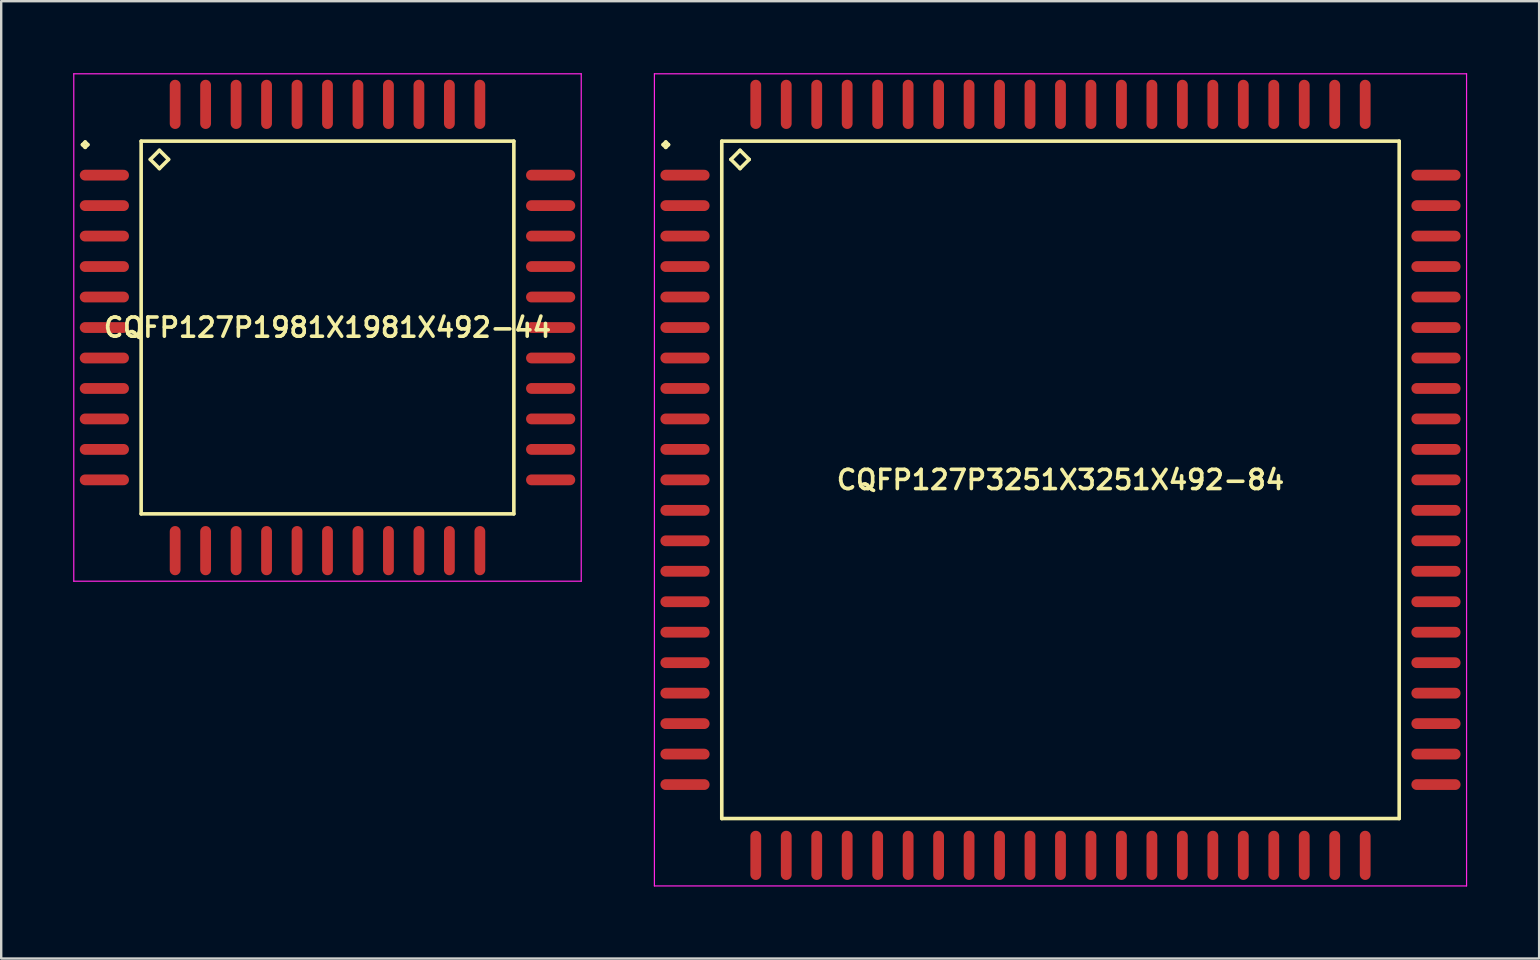
<source format=kicad_pcb>
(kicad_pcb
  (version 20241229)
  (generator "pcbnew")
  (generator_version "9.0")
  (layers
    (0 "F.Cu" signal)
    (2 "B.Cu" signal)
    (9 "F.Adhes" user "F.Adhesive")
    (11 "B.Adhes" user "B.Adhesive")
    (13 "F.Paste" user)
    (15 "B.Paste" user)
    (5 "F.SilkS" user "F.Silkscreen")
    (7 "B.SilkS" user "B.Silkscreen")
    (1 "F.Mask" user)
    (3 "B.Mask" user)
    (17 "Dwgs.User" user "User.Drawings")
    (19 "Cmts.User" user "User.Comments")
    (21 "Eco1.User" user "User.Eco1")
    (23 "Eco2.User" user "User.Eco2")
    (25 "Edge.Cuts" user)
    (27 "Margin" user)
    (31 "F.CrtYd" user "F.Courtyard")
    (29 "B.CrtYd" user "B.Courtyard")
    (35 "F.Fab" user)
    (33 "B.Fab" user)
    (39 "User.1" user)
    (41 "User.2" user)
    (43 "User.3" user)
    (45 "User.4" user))
  (footprint "CQFP127P1981X1981X492-44"
    (layer "F.Cu")
    (at 10.6 10.6)
    (property "Reference" "CQFP127P1981X1981X492-44" (at 0 0 0) (layer "F.SilkS") (effects (font (size 0.8 0.8) (thickness 0.15))))
    (attr smd)
    (fp_line (start -10.213 -7.62) (end -10.1 -7.732) (stroke (width 0.15) (type solid)) (layer "F.SilkS"))
    (fp_line (start -10.1 -7.732) (end -9.988 -7.62) (stroke (width 0.15) (type solid)) (layer "F.SilkS"))
    (fp_line (start -10.1 -7.508) (end -10.213 -7.62) (stroke (width 0.15) (type solid)) (layer "F.SilkS"))
    (fp_line (start -9.988 -7.62) (end -10.1 -7.508) (stroke (width 0.15) (type solid)) (layer "F.SilkS"))
    (fp_line (start -7.767 -7.767) (end -7.767 7.767) (stroke (width 0.15) (type solid)) (layer "F.SilkS"))
    (fp_line (start -7.767 7.767) (end 7.767 7.767) (stroke (width 0.15) (type solid)) (layer "F.SilkS"))
    (fp_line (start -7.386 -7.005) (end -7.005 -7.386) (stroke (width 0.15) (type solid)) (layer "F.SilkS"))
    (fp_line (start -7.005 -7.386) (end -6.624 -7.005) (stroke (width 0.15) (type solid)) (layer "F.SilkS"))
    (fp_line (start -7.005 -6.624) (end -7.386 -7.005) (stroke (width 0.15) (type solid)) (layer "F.SilkS"))
    (fp_line (start -6.624 -7.005) (end -7.005 -6.624) (stroke (width 0.15) (type solid)) (layer "F.SilkS"))
    (fp_line (start 7.767 -7.767) (end -7.767 -7.767) (stroke (width 0.15) (type solid)) (layer "F.SilkS"))
    (fp_line (start 7.767 7.767) (end 7.767 -7.767) (stroke (width 0.15) (type solid)) (layer "F.SilkS"))
    (fp_line (start -10.575 -10.575) (end 10.575 -10.575) (stroke (width 0.05) (type solid)) (layer "F.CrtYd"))
    (fp_line (start -10.575 10.575) (end -10.575 -10.575) (stroke (width 0.05) (type solid)) (layer "F.CrtYd"))
    (fp_line (start 10.575 -10.575) (end 10.575 10.575) (stroke (width 0.05) (type solid)) (layer "F.CrtYd"))
    (fp_line (start 10.575 10.575) (end -10.575 10.575) (stroke (width 0.05) (type solid)) (layer "F.CrtYd"))
    (pad "1" smd oval (at -9.3 -6.35) (size 2.05 0.45) (layers "F.Cu" "F.Mask" "F.Paste"))
    (pad "2" smd oval (at -9.3 -5.08) (size 2.05 0.45) (layers "F.Cu" "F.Mask" "F.Paste"))
    (pad "3" smd oval (at -9.3 -3.81) (size 2.05 0.45) (layers "F.Cu" "F.Mask" "F.Paste"))
    (pad "4" smd oval (at -9.3 -2.54) (size 2.05 0.45) (layers "F.Cu" "F.Mask" "F.Paste"))
    (pad "5" smd oval (at -9.3 -1.27) (size 2.05 0.45) (layers "F.Cu" "F.Mask" "F.Paste"))
    (pad "6" smd oval (at -9.3 0) (size 2.05 0.45) (layers "F.Cu" "F.Mask" "F.Paste"))
    (pad "7" smd oval (at -9.3 1.27) (size 2.05 0.45) (layers "F.Cu" "F.Mask" "F.Paste"))
    (pad "8" smd oval (at -9.3 2.54) (size 2.05 0.45) (layers "F.Cu" "F.Mask" "F.Paste"))
    (pad "9" smd oval (at -9.3 3.81) (size 2.05 0.45) (layers "F.Cu" "F.Mask" "F.Paste"))
    (pad "10" smd oval (at -9.3 5.08) (size 2.05 0.45) (layers "F.Cu" "F.Mask" "F.Paste"))
    (pad "11" smd oval (at -9.3 6.35) (size 2.05 0.45) (layers "F.Cu" "F.Mask" "F.Paste"))
    (pad "12" smd oval (at -6.35 9.3) (size 0.45 2.05) (layers "F.Cu" "F.Mask" "F.Paste"))
    (pad "13" smd oval (at -5.08 9.3) (size 0.45 2.05) (layers "F.Cu" "F.Mask" "F.Paste"))
    (pad "14" smd oval (at -3.81 9.3) (size 0.45 2.05) (layers "F.Cu" "F.Mask" "F.Paste"))
    (pad "15" smd oval (at -2.54 9.3) (size 0.45 2.05) (layers "F.Cu" "F.Mask" "F.Paste"))
    (pad "16" smd oval (at -1.27 9.3) (size 0.45 2.05) (layers "F.Cu" "F.Mask" "F.Paste"))
    (pad "17" smd oval (at 0 9.3) (size 0.45 2.05) (layers "F.Cu" "F.Mask" "F.Paste"))
    (pad "18" smd oval (at 1.27 9.3) (size 0.45 2.05) (layers "F.Cu" "F.Mask" "F.Paste"))
    (pad "19" smd oval (at 2.54 9.3) (size 0.45 2.05) (layers "F.Cu" "F.Mask" "F.Paste"))
    (pad "20" smd oval (at 3.81 9.3) (size 0.45 2.05) (layers "F.Cu" "F.Mask" "F.Paste"))
    (pad "21" smd oval (at 5.08 9.3) (size 0.45 2.05) (layers "F.Cu" "F.Mask" "F.Paste"))
    (pad "22" smd oval (at 6.35 9.3) (size 0.45 2.05) (layers "F.Cu" "F.Mask" "F.Paste"))
    (pad "23" smd oval (at 9.3 6.35) (size 2.05 0.45) (layers "F.Cu" "F.Mask" "F.Paste"))
    (pad "24" smd oval (at 9.3 5.08) (size 2.05 0.45) (layers "F.Cu" "F.Mask" "F.Paste"))
    (pad "25" smd oval (at 9.3 3.81) (size 2.05 0.45) (layers "F.Cu" "F.Mask" "F.Paste"))
    (pad "26" smd oval (at 9.3 2.54) (size 2.05 0.45) (layers "F.Cu" "F.Mask" "F.Paste"))
    (pad "27" smd oval (at 9.3 1.27) (size 2.05 0.45) (layers "F.Cu" "F.Mask" "F.Paste"))
    (pad "28" smd oval (at 9.3 0) (size 2.05 0.45) (layers "F.Cu" "F.Mask" "F.Paste"))
    (pad "29" smd oval (at 9.3 -1.27) (size 2.05 0.45) (layers "F.Cu" "F.Mask" "F.Paste"))
    (pad "30" smd oval (at 9.3 -2.54) (size 2.05 0.45) (layers "F.Cu" "F.Mask" "F.Paste"))
    (pad "31" smd oval (at 9.3 -3.81) (size 2.05 0.45) (layers "F.Cu" "F.Mask" "F.Paste"))
    (pad "32" smd oval (at 9.3 -5.08) (size 2.05 0.45) (layers "F.Cu" "F.Mask" "F.Paste"))
    (pad "33" smd oval (at 9.3 -6.35) (size 2.05 0.45) (layers "F.Cu" "F.Mask" "F.Paste"))
    (pad "34" smd oval (at 6.35 -9.3) (size 0.45 2.05) (layers "F.Cu" "F.Mask" "F.Paste"))
    (pad "35" smd oval (at 5.08 -9.3) (size 0.45 2.05) (layers "F.Cu" "F.Mask" "F.Paste"))
    (pad "36" smd oval (at 3.81 -9.3) (size 0.45 2.05) (layers "F.Cu" "F.Mask" "F.Paste"))
    (pad "37" smd oval (at 2.54 -9.3) (size 0.45 2.05) (layers "F.Cu" "F.Mask" "F.Paste"))
    (pad "38" smd oval (at 1.27 -9.3) (size 0.45 2.05) (layers "F.Cu" "F.Mask" "F.Paste"))
    (pad "39" smd oval (at 0 -9.3) (size 0.45 2.05) (layers "F.Cu" "F.Mask" "F.Paste"))
    (pad "40" smd oval (at -1.27 -9.3) (size 0.45 2.05) (layers "F.Cu" "F.Mask" "F.Paste"))
    (pad "41" smd oval (at -2.54 -9.3) (size 0.45 2.05) (layers "F.Cu" "F.Mask" "F.Paste"))
    (pad "42" smd oval (at -3.81 -9.3) (size 0.45 2.05) (layers "F.Cu" "F.Mask" "F.Paste"))
    (pad "43" smd oval (at -5.08 -9.3) (size 0.45 2.05) (layers "F.Cu" "F.Mask" "F.Paste"))
    (pad "44" smd oval (at -6.35 -9.3) (size 0.45 2.05) (layers "F.Cu" "F.Mask" "F.Paste")))
  (footprint "CQFP127P3251X3251X492-84"
    (layer "F.Cu")
    (at 41.15 16.95)
    (property "Reference" "CQFP127P3251X3251X492-84" (at 0 0 0) (layer "F.SilkS") (effects (font (size 0.8 0.8) (thickness 0.15))))
    (attr smd)
    (fp_line (start -16.562 -13.97) (end -16.45 -14.082) (stroke (width 0.15) (type solid)) (layer "F.SilkS"))
    (fp_line (start -16.45 -14.082) (end -16.337 -13.97) (stroke (width 0.15) (type solid)) (layer "F.SilkS"))
    (fp_line (start -16.45 -13.857) (end -16.562 -13.97) (stroke (width 0.15) (type solid)) (layer "F.SilkS"))
    (fp_line (start -16.337 -13.97) (end -16.45 -13.857) (stroke (width 0.15) (type solid)) (layer "F.SilkS"))
    (fp_line (start -14.117 -14.117) (end -14.117 14.117) (stroke (width 0.15) (type solid)) (layer "F.SilkS"))
    (fp_line (start -14.117 14.117) (end 14.117 14.117) (stroke (width 0.15) (type solid)) (layer "F.SilkS"))
    (fp_line (start -13.736 -13.355) (end -13.355 -13.736) (stroke (width 0.15) (type solid)) (layer "F.SilkS"))
    (fp_line (start -13.355 -13.736) (end -12.974 -13.355) (stroke (width 0.15) (type solid)) (layer "F.SilkS"))
    (fp_line (start -13.355 -12.974) (end -13.736 -13.355) (stroke (width 0.15) (type solid)) (layer "F.SilkS"))
    (fp_line (start -12.974 -13.355) (end -13.355 -12.974) (stroke (width 0.15) (type solid)) (layer "F.SilkS"))
    (fp_line (start 14.117 -14.117) (end -14.117 -14.117) (stroke (width 0.15) (type solid)) (layer "F.SilkS"))
    (fp_line (start 14.117 14.117) (end 14.117 -14.117) (stroke (width 0.15) (type solid)) (layer "F.SilkS"))
    (fp_line (start -16.925 -16.925) (end 16.925 -16.925) (stroke (width 0.05) (type solid)) (layer "F.CrtYd"))
    (fp_line (start -16.925 16.925) (end -16.925 -16.925) (stroke (width 0.05) (type solid)) (layer "F.CrtYd"))
    (fp_line (start 16.925 -16.925) (end 16.925 16.925) (stroke (width 0.05) (type solid)) (layer "F.CrtYd"))
    (fp_line (start 16.925 16.925) (end -16.925 16.925) (stroke (width 0.05) (type solid)) (layer "F.CrtYd"))
    (pad "1" smd oval (at -15.65 -12.7) (size 2.05 0.45) (layers "F.Cu" "F.Mask" "F.Paste"))
    (pad "2" smd oval (at -15.65 -11.43) (size 2.05 0.45) (layers "F.Cu" "F.Mask" "F.Paste"))
    (pad "3" smd oval (at -15.65 -10.16) (size 2.05 0.45) (layers "F.Cu" "F.Mask" "F.Paste"))
    (pad "4" smd oval (at -15.65 -8.89) (size 2.05 0.45) (layers "F.Cu" "F.Mask" "F.Paste"))
    (pad "5" smd oval (at -15.65 -7.62) (size 2.05 0.45) (layers "F.Cu" "F.Mask" "F.Paste"))
    (pad "6" smd oval (at -15.65 -6.35) (size 2.05 0.45) (layers "F.Cu" "F.Mask" "F.Paste"))
    (pad "7" smd oval (at -15.65 -5.08) (size 2.05 0.45) (layers "F.Cu" "F.Mask" "F.Paste"))
    (pad "8" smd oval (at -15.65 -3.81) (size 2.05 0.45) (layers "F.Cu" "F.Mask" "F.Paste"))
    (pad "9" smd oval (at -15.65 -2.54) (size 2.05 0.45) (layers "F.Cu" "F.Mask" "F.Paste"))
    (pad "10" smd oval (at -15.65 -1.27) (size 2.05 0.45) (layers "F.Cu" "F.Mask" "F.Paste"))
    (pad "11" smd oval (at -15.65 0) (size 2.05 0.45) (layers "F.Cu" "F.Mask" "F.Paste"))
    (pad "12" smd oval (at -15.65 1.27) (size 2.05 0.45) (layers "F.Cu" "F.Mask" "F.Paste"))
    (pad "13" smd oval (at -15.65 2.54) (size 2.05 0.45) (layers "F.Cu" "F.Mask" "F.Paste"))
    (pad "14" smd oval (at -15.65 3.81) (size 2.05 0.45) (layers "F.Cu" "F.Mask" "F.Paste"))
    (pad "15" smd oval (at -15.65 5.08) (size 2.05 0.45) (layers "F.Cu" "F.Mask" "F.Paste"))
    (pad "16" smd oval (at -15.65 6.35) (size 2.05 0.45) (layers "F.Cu" "F.Mask" "F.Paste"))
    (pad "17" smd oval (at -15.65 7.62) (size 2.05 0.45) (layers "F.Cu" "F.Mask" "F.Paste"))
    (pad "18" smd oval (at -15.65 8.89) (size 2.05 0.45) (layers "F.Cu" "F.Mask" "F.Paste"))
    (pad "19" smd oval (at -15.65 10.16) (size 2.05 0.45) (layers "F.Cu" "F.Mask" "F.Paste"))
    (pad "20" smd oval (at -15.65 11.43) (size 2.05 0.45) (layers "F.Cu" "F.Mask" "F.Paste"))
    (pad "21" smd oval (at -15.65 12.7) (size 2.05 0.45) (layers "F.Cu" "F.Mask" "F.Paste"))
    (pad "22" smd oval (at -12.7 15.65) (size 0.45 2.05) (layers "F.Cu" "F.Mask" "F.Paste"))
    (pad "23" smd oval (at -11.43 15.65) (size 0.45 2.05) (layers "F.Cu" "F.Mask" "F.Paste"))
    (pad "24" smd oval (at -10.16 15.65) (size 0.45 2.05) (layers "F.Cu" "F.Mask" "F.Paste"))
    (pad "25" smd oval (at -8.89 15.65) (size 0.45 2.05) (layers "F.Cu" "F.Mask" "F.Paste"))
    (pad "26" smd oval (at -7.62 15.65) (size 0.45 2.05) (layers "F.Cu" "F.Mask" "F.Paste"))
    (pad "27" smd oval (at -6.35 15.65) (size 0.45 2.05) (layers "F.Cu" "F.Mask" "F.Paste"))
    (pad "28" smd oval (at -5.08 15.65) (size 0.45 2.05) (layers "F.Cu" "F.Mask" "F.Paste"))
    (pad "29" smd oval (at -3.81 15.65) (size 0.45 2.05) (layers "F.Cu" "F.Mask" "F.Paste"))
    (pad "30" smd oval (at -2.54 15.65) (size 0.45 2.05) (layers "F.Cu" "F.Mask" "F.Paste"))
    (pad "31" smd oval (at -1.27 15.65) (size 0.45 2.05) (layers "F.Cu" "F.Mask" "F.Paste"))
    (pad "32" smd oval (at 0 15.65) (size 0.45 2.05) (layers "F.Cu" "F.Mask" "F.Paste"))
    (pad "33" smd oval (at 1.27 15.65) (size 0.45 2.05) (layers "F.Cu" "F.Mask" "F.Paste"))
    (pad "34" smd oval (at 2.54 15.65) (size 0.45 2.05) (layers "F.Cu" "F.Mask" "F.Paste"))
    (pad "35" smd oval (at 3.81 15.65) (size 0.45 2.05) (layers "F.Cu" "F.Mask" "F.Paste"))
    (pad "36" smd oval (at 5.08 15.65) (size 0.45 2.05) (layers "F.Cu" "F.Mask" "F.Paste"))
    (pad "37" smd oval (at 6.35 15.65) (size 0.45 2.05) (layers "F.Cu" "F.Mask" "F.Paste"))
    (pad "38" smd oval (at 7.62 15.65) (size 0.45 2.05) (layers "F.Cu" "F.Mask" "F.Paste"))
    (pad "39" smd oval (at 8.89 15.65) (size 0.45 2.05) (layers "F.Cu" "F.Mask" "F.Paste"))
    (pad "40" smd oval (at 10.16 15.65) (size 0.45 2.05) (layers "F.Cu" "F.Mask" "F.Paste"))
    (pad "41" smd oval (at 11.43 15.65) (size 0.45 2.05) (layers "F.Cu" "F.Mask" "F.Paste"))
    (pad "42" smd oval (at 12.7 15.65) (size 0.45 2.05) (layers "F.Cu" "F.Mask" "F.Paste"))
    (pad "43" smd oval (at 15.65 12.7) (size 2.05 0.45) (layers "F.Cu" "F.Mask" "F.Paste"))
    (pad "44" smd oval (at 15.65 11.43) (size 2.05 0.45) (layers "F.Cu" "F.Mask" "F.Paste"))
    (pad "45" smd oval (at 15.65 10.16) (size 2.05 0.45) (layers "F.Cu" "F.Mask" "F.Paste"))
    (pad "46" smd oval (at 15.65 8.89) (size 2.05 0.45) (layers "F.Cu" "F.Mask" "F.Paste"))
    (pad "47" smd oval (at 15.65 7.62) (size 2.05 0.45) (layers "F.Cu" "F.Mask" "F.Paste"))
    (pad "48" smd oval (at 15.65 6.35) (size 2.05 0.45) (layers "F.Cu" "F.Mask" "F.Paste"))
    (pad "49" smd oval (at 15.65 5.08) (size 2.05 0.45) (layers "F.Cu" "F.Mask" "F.Paste"))
    (pad "50" smd oval (at 15.65 3.81) (size 2.05 0.45) (layers "F.Cu" "F.Mask" "F.Paste"))
    (pad "51" smd oval (at 15.65 2.54) (size 2.05 0.45) (layers "F.Cu" "F.Mask" "F.Paste"))
    (pad "52" smd oval (at 15.65 1.27) (size 2.05 0.45) (layers "F.Cu" "F.Mask" "F.Paste"))
    (pad "53" smd oval (at 15.65 0) (size 2.05 0.45) (layers "F.Cu" "F.Mask" "F.Paste"))
    (pad "54" smd oval (at 15.65 -1.27) (size 2.05 0.45) (layers "F.Cu" "F.Mask" "F.Paste"))
    (pad "55" smd oval (at 15.65 -2.54) (size 2.05 0.45) (layers "F.Cu" "F.Mask" "F.Paste"))
    (pad "56" smd oval (at 15.65 -3.81) (size 2.05 0.45) (layers "F.Cu" "F.Mask" "F.Paste"))
    (pad "57" smd oval (at 15.65 -5.08) (size 2.05 0.45) (layers "F.Cu" "F.Mask" "F.Paste"))
    (pad "58" smd oval (at 15.65 -6.35) (size 2.05 0.45) (layers "F.Cu" "F.Mask" "F.Paste"))
    (pad "59" smd oval (at 15.65 -7.62) (size 2.05 0.45) (layers "F.Cu" "F.Mask" "F.Paste"))
    (pad "60" smd oval (at 15.65 -8.89) (size 2.05 0.45) (layers "F.Cu" "F.Mask" "F.Paste"))
    (pad "61" smd oval (at 15.65 -10.16) (size 2.05 0.45) (layers "F.Cu" "F.Mask" "F.Paste"))
    (pad "62" smd oval (at 15.65 -11.43) (size 2.05 0.45) (layers "F.Cu" "F.Mask" "F.Paste"))
    (pad "63" smd oval (at 15.65 -12.7) (size 2.05 0.45) (layers "F.Cu" "F.Mask" "F.Paste"))
    (pad "64" smd oval (at 12.7 -15.65) (size 0.45 2.05) (layers "F.Cu" "F.Mask" "F.Paste"))
    (pad "65" smd oval (at 11.43 -15.65) (size 0.45 2.05) (layers "F.Cu" "F.Mask" "F.Paste"))
    (pad "66" smd oval (at 10.16 -15.65) (size 0.45 2.05) (layers "F.Cu" "F.Mask" "F.Paste"))
    (pad "67" smd oval (at 8.89 -15.65) (size 0.45 2.05) (layers "F.Cu" "F.Mask" "F.Paste"))
    (pad "68" smd oval (at 7.62 -15.65) (size 0.45 2.05) (layers "F.Cu" "F.Mask" "F.Paste"))
    (pad "69" smd oval (at 6.35 -15.65) (size 0.45 2.05) (layers "F.Cu" "F.Mask" "F.Paste"))
    (pad "70" smd oval (at 5.08 -15.65) (size 0.45 2.05) (layers "F.Cu" "F.Mask" "F.Paste"))
    (pad "71" smd oval (at 3.81 -15.65) (size 0.45 2.05) (layers "F.Cu" "F.Mask" "F.Paste"))
    (pad "72" smd oval (at 2.54 -15.65) (size 0.45 2.05) (layers "F.Cu" "F.Mask" "F.Paste"))
    (pad "73" smd oval (at 1.27 -15.65) (size 0.45 2.05) (layers "F.Cu" "F.Mask" "F.Paste"))
    (pad "74" smd oval (at 0 -15.65) (size 0.45 2.05) (layers "F.Cu" "F.Mask" "F.Paste"))
    (pad "75" smd oval (at -1.27 -15.65) (size 0.45 2.05) (layers "F.Cu" "F.Mask" "F.Paste"))
    (pad "76" smd oval (at -2.54 -15.65) (size 0.45 2.05) (layers "F.Cu" "F.Mask" "F.Paste"))
    (pad "77" smd oval (at -3.81 -15.65) (size 0.45 2.05) (layers "F.Cu" "F.Mask" "F.Paste"))
    (pad "78" smd oval (at -5.08 -15.65) (size 0.45 2.05) (layers "F.Cu" "F.Mask" "F.Paste"))
    (pad "79" smd oval (at -6.35 -15.65) (size 0.45 2.05) (layers "F.Cu" "F.Mask" "F.Paste"))
    (pad "80" smd oval (at -7.62 -15.65) (size 0.45 2.05) (layers "F.Cu" "F.Mask" "F.Paste"))
    (pad "81" smd oval (at -8.89 -15.65) (size 0.45 2.05) (layers "F.Cu" "F.Mask" "F.Paste"))
    (pad "82" smd oval (at -10.16 -15.65) (size 0.45 2.05) (layers "F.Cu" "F.Mask" "F.Paste"))
    (pad "83" smd oval (at -11.43 -15.65) (size 0.45 2.05) (layers "F.Cu" "F.Mask" "F.Paste"))
    (pad "84" smd oval (at -12.7 -15.65) (size 0.45 2.05) (layers "F.Cu" "F.Mask" "F.Paste")))
  (gr_rect
    (start -3 -3)
    (end 61.1 36.9)
    (stroke (width 0.1) (type default))
    (fill no)
    (layer "Edge.Cuts")))
</source>
